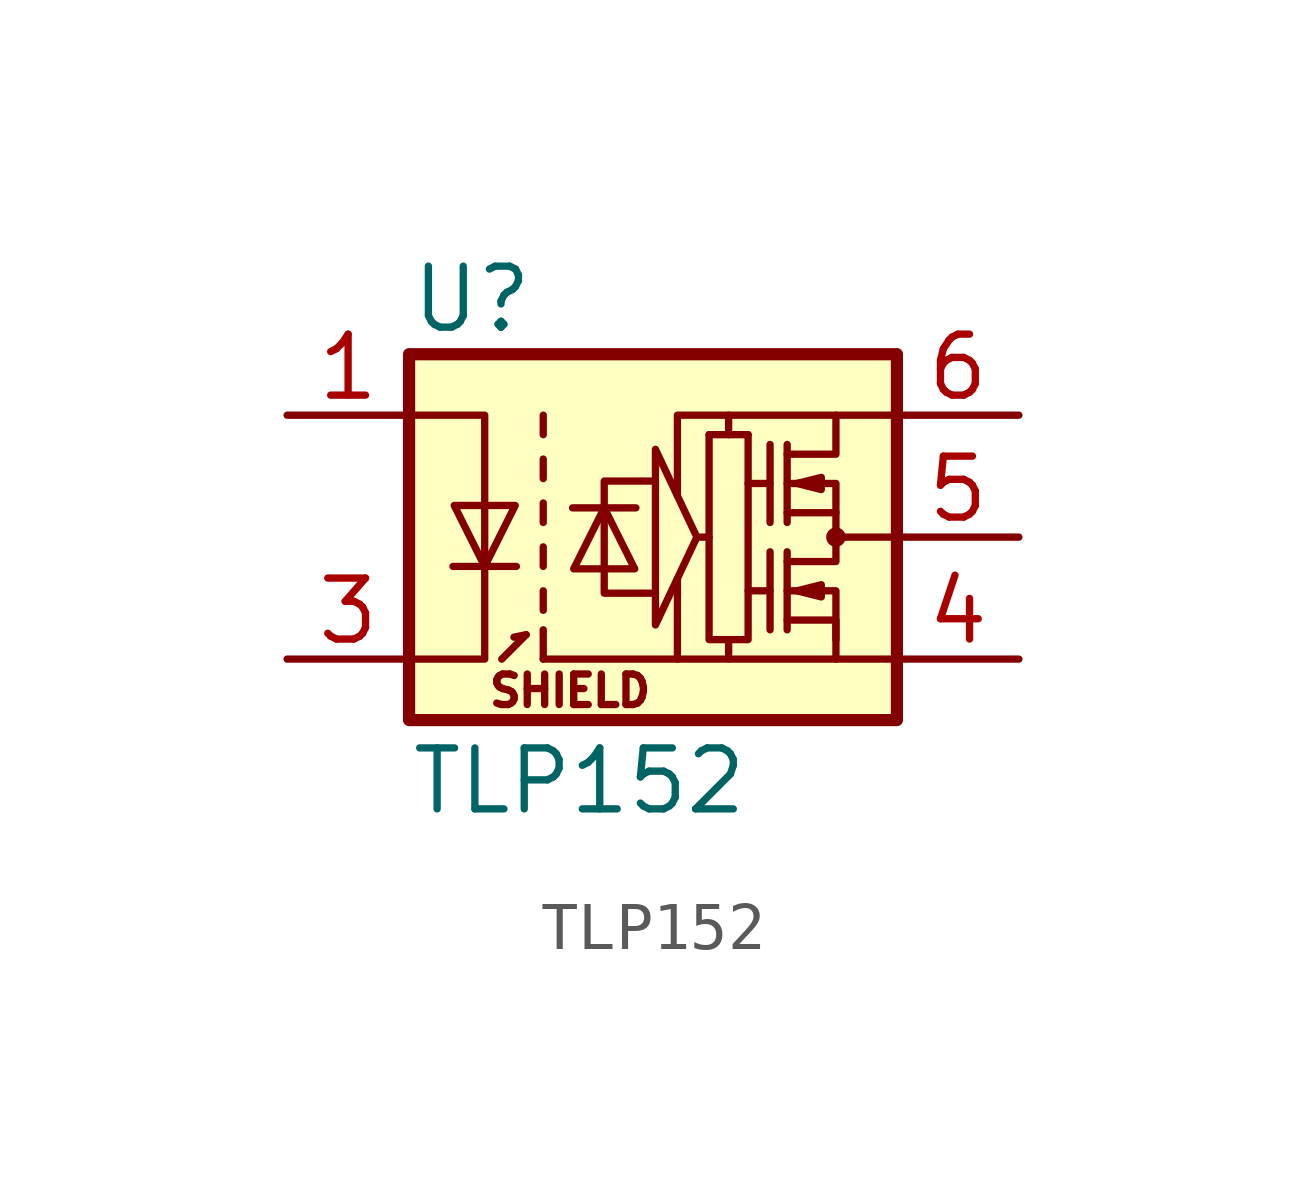
<source format=kicad_sym>
(kicad_symbol_lib
  (version 20211014)
  (generator kicad_symbol_editor)
  (symbol "TLP152"
    (property "Reference" "U"
      (at -5.08 4.953 0)
      (effects (font (size 1.27 1.27)) (justify left)))
    (property "Value" "TLP152"
      (at -5.08 -5.08 0)
      (effects (font (size 1.27 1.27)) (justify left)))
    (symbol "TLP152_0_0"
      (polyline (pts (xy -3.15 -2.54) (xy -2.642 -2.032)) (stroke (width 0) (type default) (color 0 0 0 0)) (fill (type none)))
      (polyline (pts (xy -2.642 -2.032) (xy -2.896 -2.083)) (stroke (width 0) (type default) (color 0 0 0 0)) (fill (type none)))
      (polyline (pts (xy 1.575 -2.134) (xy 1.575 -2.54)) (stroke (width 0) (type default) (color 0 0 0 0)) (fill (type none)))
      (polyline (pts (xy 1.575 2.134) (xy 1.575 2.54)) (stroke (width 0) (type default) (color 0 0 0 0)) (fill (type none)))
      (text "SHIELD" (at -1.727 -3.2 0) (effects (font (size 0.635 0.635)))))
    (symbol "TLP152_0_1"
      (rectangle (start -5.08 3.81) (end 5.08 -3.81) (stroke (width 0.254) (type default) (color 0 0 0 0)) (fill (type background)))
      (polyline (pts (xy -4.166 -0.61) (xy -2.845 -0.61)) (stroke (width 0) (type default) (color 0 0 0 0)) (fill (type none)))
      (polyline (pts (xy -2.286 -1.93) (xy -2.286 -2.54)) (stroke (width 0) (type default) (color 0 0 0 0)) (fill (type none)))
      (polyline (pts (xy -2.286 -1.524) (xy -2.286 -1.118)) (stroke (width 0) (type default) (color 0 0 0 0)) (fill (type none)))
      (polyline (pts (xy -2.286 -0.61) (xy -2.286 -0.203)) (stroke (width 0) (type default) (color 0 0 0 0)) (fill (type none)))
      (polyline (pts (xy -2.286 0.305) (xy -2.286 0.711)) (stroke (width 0) (type default) (color 0 0 0 0)) (fill (type none)))
      (polyline (pts (xy -2.286 1.219) (xy -2.286 1.626)) (stroke (width 0) (type default) (color 0 0 0 0)) (fill (type none)))
      (polyline (pts (xy -2.286 2.134) (xy -2.286 2.54)) (stroke (width 0) (type default) (color 0 0 0 0)) (fill (type none)))
      (polyline (pts (xy -0.356 0.61) (xy -1.676 0.61)) (stroke (width 0) (type default) (color 0 0 0 0)) (fill (type none)))
      (polyline (pts (xy 0.508 -2.54) (xy -2.286 -2.54)) (stroke (width 0) (type default) (color 0 0 0 0)) (fill (type none)))
      (polyline (pts (xy 1.168 2.134) (xy 1.981 2.134)) (stroke (width 0) (type default) (color 0 0 0 0)) (fill (type none)))
      (polyline (pts (xy 2.438 -1.118) (xy 1.981 -1.118)) (stroke (width 0) (type default) (color 0 0 0 0)) (fill (type none)))
      (polyline (pts (xy 2.438 -0.305) (xy 2.438 -1.93)) (stroke (width 0) (type default) (color 0 0 0 0)) (fill (type none)))
      (polyline (pts (xy 2.438 1.118) (xy 1.981 1.118)) (stroke (width 0) (type default) (color 0 0 0 0)) (fill (type none)))
      (polyline (pts (xy 2.438 1.93) (xy 2.438 0.305)) (stroke (width 0) (type default) (color 0 0 0 0)) (fill (type none)))
      (polyline (pts (xy 2.794 -0.305) (xy 2.794 -1.93)) (stroke (width 0) (type default) (color 0 0 0 0)) (fill (type none)))
      (polyline (pts (xy 2.794 1.93) (xy 2.794 0.305)) (stroke (width 0) (type default) (color 0 0 0 0)) (fill (type none)))
      (polyline (pts (xy 3.81 0) (xy 5.08 0)) (stroke (width 0) (type default) (color 0 0 0 0)) (fill (type none)))
      (polyline (pts (xy 2.794 -1.118) (xy 3.81 -1.118) (xy 3.81 -2.134)) (stroke (width 0) (type default) (color 0 0 0 0)) (fill (type none)))
      (polyline (pts (xy 2.794 1.118) (xy 3.81 1.118) (xy 3.81 0.508)) (stroke (width 0) (type default) (color 0 0 0 0)) (fill (type none)))
      (polyline (pts (xy 3.81 -2.54) (xy 0.508 -2.54) (xy 0.508 -0.864)) (stroke (width 0) (type default) (color 0 0 0 0)) (fill (type none)))
      (polyline (pts (xy 3.81 2.54) (xy 0.508 2.54) (xy 0.508 0.864)) (stroke (width 0) (type default) (color 0 0 0 0)) (fill (type none)))
      (polyline (pts (xy -5.08 2.54) (xy -3.505 2.54) (xy -3.505 -2.54) (xy -5.08 -2.54)) (stroke (width 0) (type default) (color 0 0 0 0)) (fill (type none)))
      (polyline (pts (xy -3.505 -0.61) (xy -4.14 0.66) (xy -2.87 0.66) (xy -3.505 -0.61)) (stroke (width 0) (type default) (color 0 0 0 0)) (fill (type none)))
      (polyline (pts (xy -1.016 0.61) (xy -0.381 -0.66) (xy -1.651 -0.66) (xy -1.016 0.61)) (stroke (width 0) (type default) (color 0 0 0 0)) (fill (type none)))
      (polyline (pts (xy 0.051 -1.168) (xy -1.016 -1.168) (xy -1.016 1.168) (xy 0.051 1.168)) (stroke (width 0) (type default) (color 0 0 0 0)) (fill (type none)))
      (polyline (pts (xy 1.981 2.134) (xy 1.981 -2.134) (xy 1.168 -2.134) (xy 1.168 2.134)) (stroke (width 0) (type default) (color 0 0 0 0)) (fill (type none)))
      (polyline (pts (xy 2.794 -1.727) (xy 3.81 -1.727) (xy 3.81 -2.54) (xy 5.08 -2.54)) (stroke (width 0) (type default) (color 0 0 0 0)) (fill (type none)))
      (polyline (pts (xy 2.794 -0.508) (xy 3.81 -0.508) (xy 3.81 0.508) (xy 2.794 0.508)) (stroke (width 0) (type default) (color 0 0 0 0)) (fill (type none)))
      (polyline (pts (xy 2.794 1.727) (xy 3.81 1.727) (xy 3.81 2.54) (xy 5.08 2.54)) (stroke (width 0) (type default) (color 0 0 0 0)) (fill (type none)))
      (polyline (pts (xy 2.997 -1.118) (xy 3.505 -0.991) (xy 3.505 -1.245) (xy 2.997 -1.118)) (stroke (width 0) (type default) (color 0 0 0 0)) (fill (type none)))
      (polyline (pts (xy 2.997 1.118) (xy 3.505 1.245) (xy 3.505 0.991) (xy 2.997 1.118)) (stroke (width 0) (type default) (color 0 0 0 0)) (fill (type none)))
      (polyline (pts (xy 1.168 0) (xy 0.914 0) (xy 0.051 1.829) (xy 0.051 -1.829) (xy 0.914 0)) (stroke (width 0) (type default) (color 0 0 0 0)) (fill (type none)))
      (circle (center 3.81 0) (radius 0.127) (stroke (width 0) (type default) (color 0 0 0 0)) (fill (type none))))
    (symbol "TLP152_1_1"
      (pin passive line (at -7.62 2.54 0) (length 2.54) (name "~" (effects (font (size 1.27 1.27)))) (number "1" (effects (font (size 1.27 1.27)))))
      (pin passive line (at -7.62 -2.54 0) (length 2.54) (name "~" (effects (font (size 1.27 1.27)))) (number "3" (effects (font (size 1.27 1.27)))))
      (pin power_in line (at 7.62 -2.54 180) (length 2.54) (name "~" (effects (font (size 1.27 1.27)))) (number "4" (effects (font (size 1.27 1.27)))))
      (pin output line (at 7.62 0 180) (length 2.54) (name "~" (effects (font (size 1.27 1.27)))) (number "5" (effects (font (size 1.27 1.27)))))
      (pin power_in line (at 7.62 2.54 180) (length 2.54) (name "~" (effects (font (size 1.27 1.27)))) (number "6" (effects (font (size 1.27 1.27))))))))
</source>
